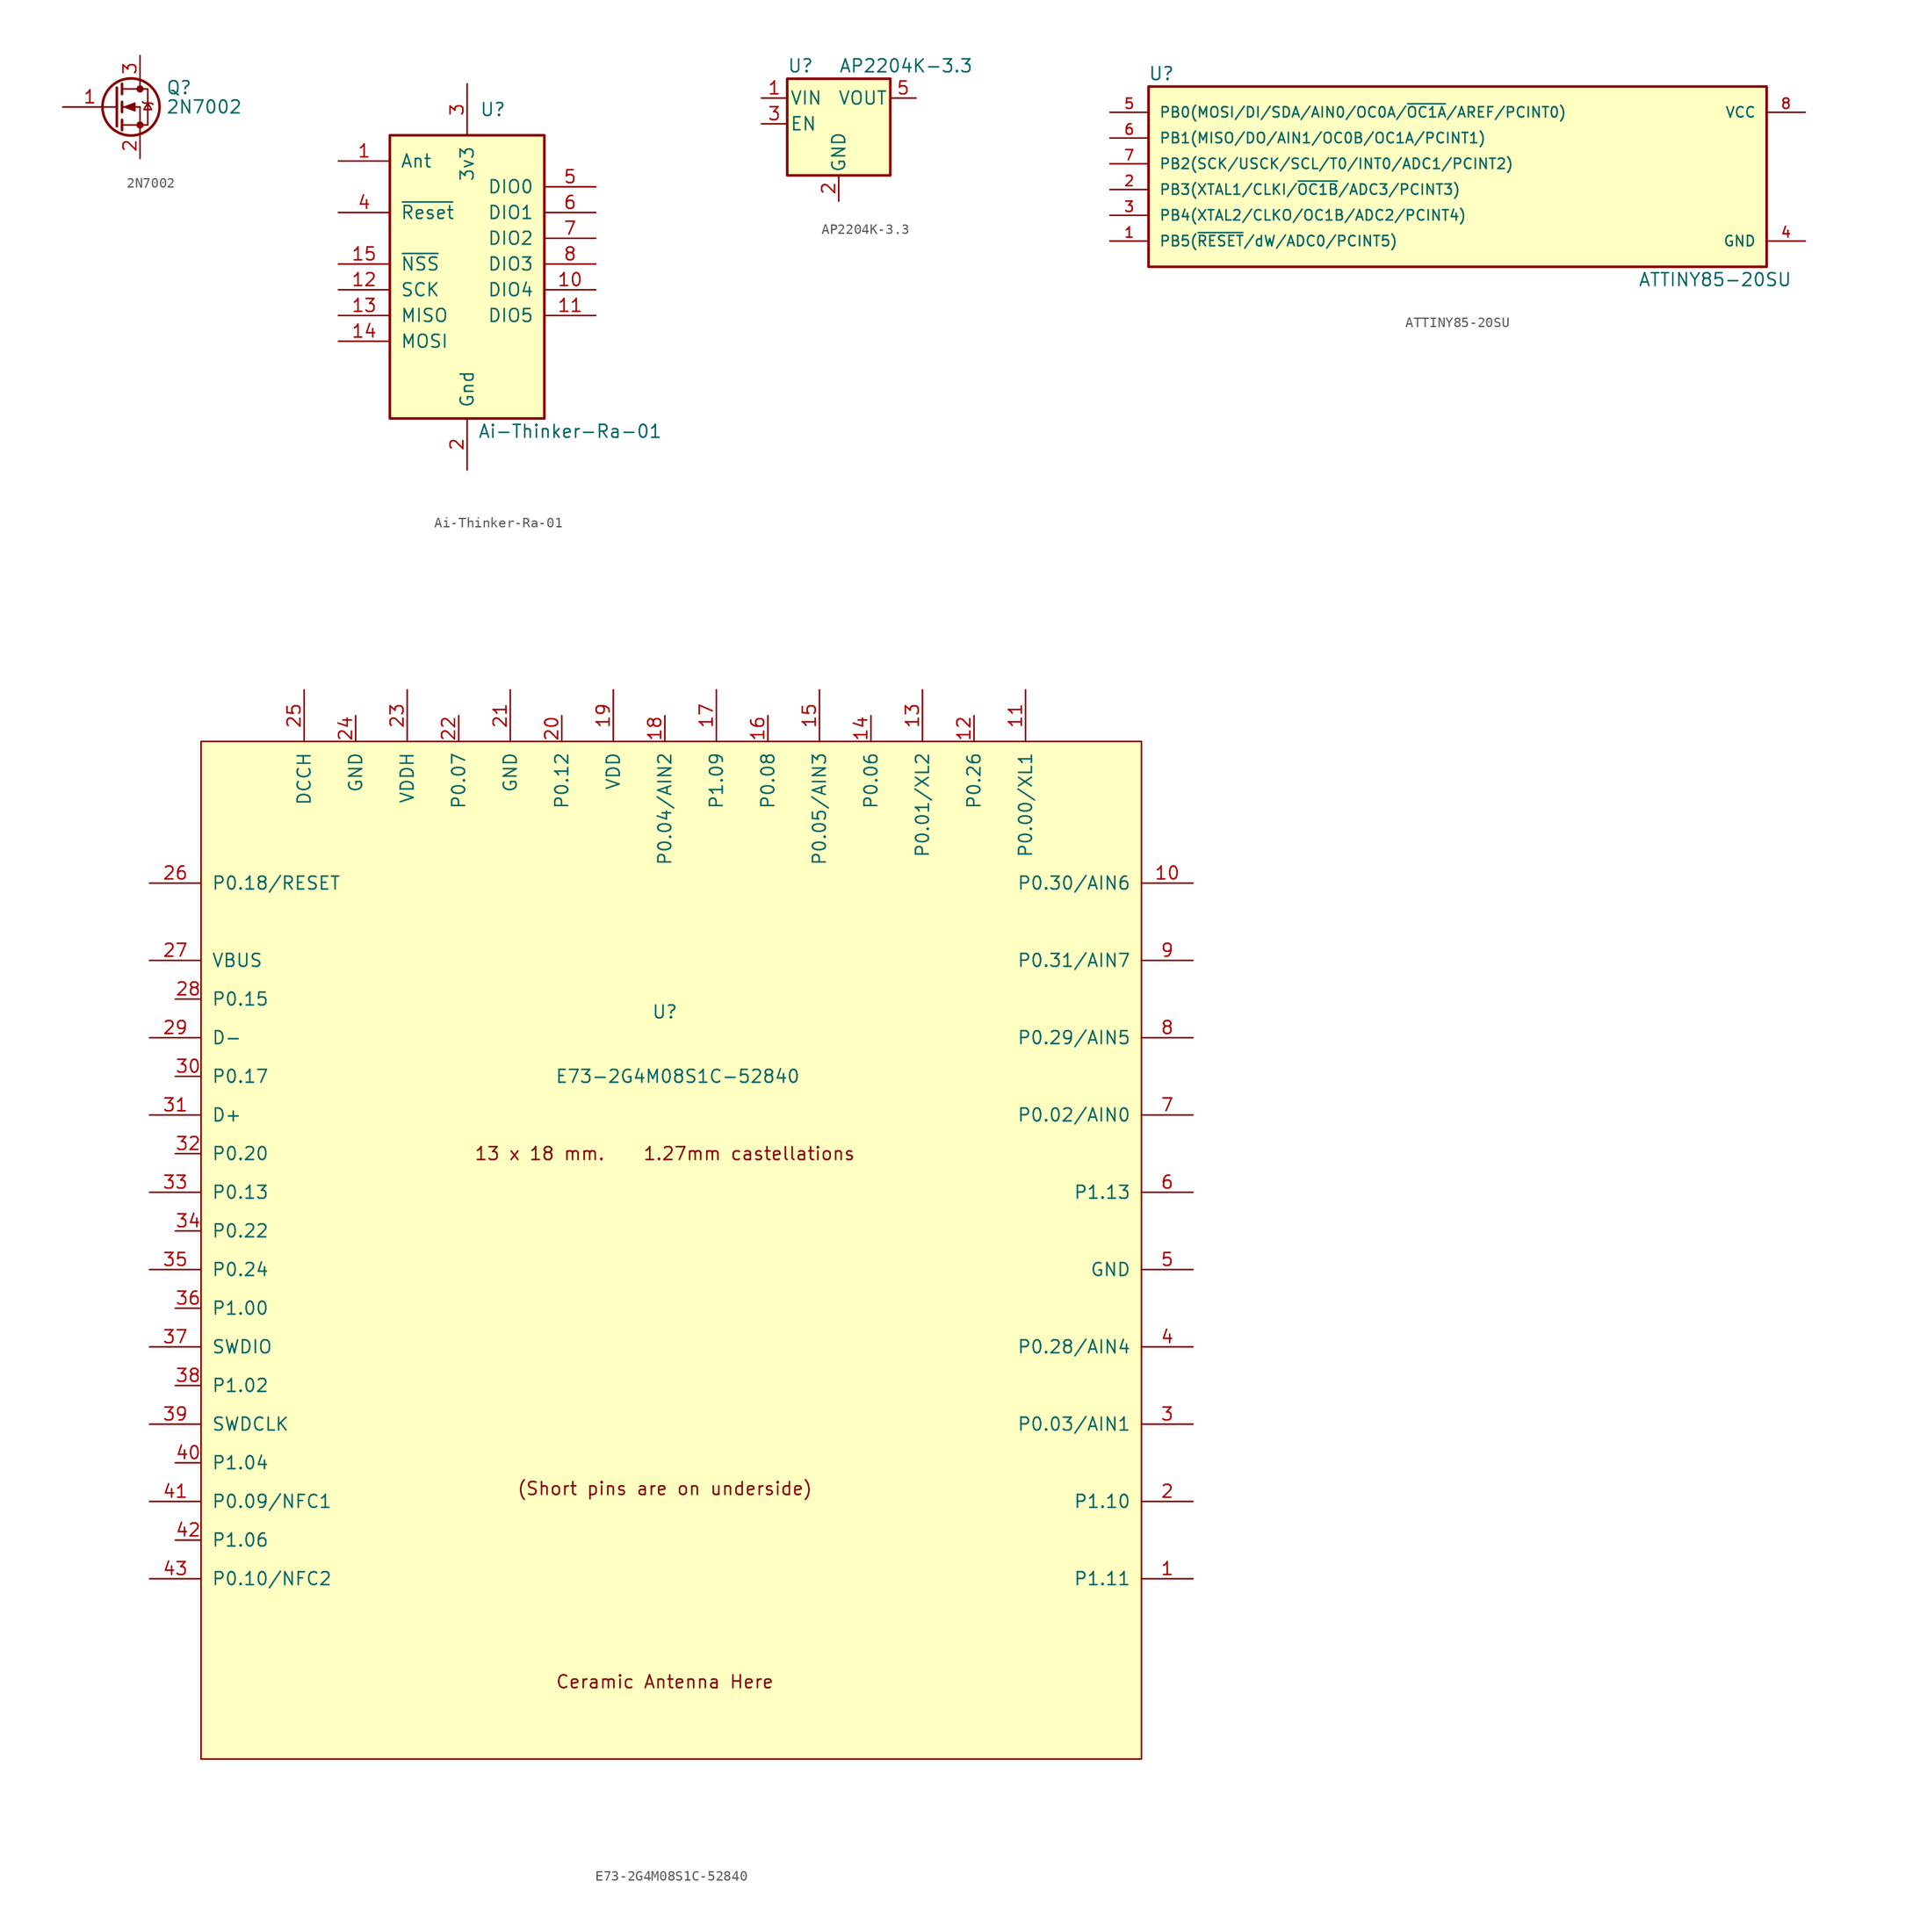
<source format=kicad_sym>
(kicad_symbol_lib
  (version 20211014)
  (generator kicad_symbol_editor)
  (symbol "2N7002"
    (pin_names
      (offset 0) hide)
    (property "Reference" "Q"
      (at 5.08 1.905 0)
      (effects (font (size 1.27 1.27)) (justify left)))
    (property "Value" "2N7002"
      (at 5.08 0 0)
      (effects (font (size 1.27 1.27)) (justify left)))
    (symbol "2N7002_0_1"
      (polyline (pts (xy 0.762 -1.778) (xy 2.54 -1.778)) (stroke (width 0) (type default) (color 0 0 0 0)) (fill (type none)))
      (polyline (pts (xy 0.762 -1.27) (xy 0.762 -2.286)) (stroke (width 0.254) (type default) (color 0 0 0 0)) (fill (type none)))
      (polyline (pts (xy 0.762 0) (xy 2.54 0)) (stroke (width 0) (type default) (color 0 0 0 0)) (fill (type none)))
      (polyline (pts (xy 0.762 0.508) (xy 0.762 -0.508)) (stroke (width 0.254) (type default) (color 0 0 0 0)) (fill (type none)))
      (polyline (pts (xy 0.762 1.778) (xy 2.54 1.778)) (stroke (width 0) (type default) (color 0 0 0 0)) (fill (type none)))
      (polyline (pts (xy 0.762 2.286) (xy 0.762 1.27)) (stroke (width 0.254) (type default) (color 0 0 0 0)) (fill (type none)))
      (polyline (pts (xy 2.54 -1.778) (xy 2.54 -2.54)) (stroke (width 0) (type default) (color 0 0 0 0)) (fill (type none)))
      (polyline (pts (xy 2.54 -1.778) (xy 2.54 0)) (stroke (width 0) (type default) (color 0 0 0 0)) (fill (type none)))
      (polyline (pts (xy 2.54 2.54) (xy 2.54 1.778)) (stroke (width 0) (type default) (color 0 0 0 0)) (fill (type none)))
      (polyline (pts (xy 0.254 1.905) (xy 0.254 -1.905) (xy 0.254 -1.905)) (stroke (width 0.254) (type default) (color 0 0 0 0)) (fill (type none)))
      (polyline (pts (xy 1.016 0) (xy 2.032 0.381) (xy 2.032 -0.381) (xy 1.016 0)) (stroke (width 0) (type default) (color 0 0 0 0)) (fill (type outline)))
      (polyline (pts (xy 2.54 -1.778) (xy 3.302 -1.778) (xy 3.302 1.778) (xy 2.54 1.778)) (stroke (width 0) (type default) (color 0 0 0 0)) (fill (type none)))
      (polyline (pts (xy 2.794 0.508) (xy 2.921 0.381) (xy 3.683 0.381) (xy 3.81 0.254)) (stroke (width 0) (type default) (color 0 0 0 0)) (fill (type none)))
      (polyline (pts (xy 3.302 0.381) (xy 2.921 -0.254) (xy 3.683 -0.254) (xy 3.302 0.381)) (stroke (width 0) (type default) (color 0 0 0 0)) (fill (type none)))
      (circle (center 1.651 0) (radius 2.819) (stroke (width 0.254) (type default) (color 0 0 0 0)) (fill (type none)))
      (circle (center 2.54 -1.778) (radius 0.279) (stroke (width 0) (type default) (color 0 0 0 0)) (fill (type outline)))
      (circle (center 2.54 1.778) (radius 0.279) (stroke (width 0) (type default) (color 0 0 0 0)) (fill (type outline))))
    (symbol "2N7002_1_1"
      (pin input line (at -5.08 0 0) (length 5.334) (name "G" (effects (font (size 1.27 1.27)))) (number "1" (effects (font (size 1.27 1.27)))))
      (pin passive line (at 2.54 -5.08 90) (length 2.54) (name "S" (effects (font (size 1.27 1.27)))) (number "2" (effects (font (size 1.27 1.27)))))
      (pin passive line (at 2.54 5.08 270) (length 2.54) (name "D" (effects (font (size 1.27 1.27)))) (number "3" (effects (font (size 1.27 1.27)))))))
  (symbol "Ai-Thinker-Ra-01"
    (pin_names
      (offset 1.016))
    (property "Reference" "U"
      (at 2.54 17.78 0)
      (effects (font (size 1.27 1.27))))
    (property "Value" "Ai-Thinker-Ra-01"
      (at 10.16 -13.97 0)
      (effects (font (size 1.27 1.27))))
    (symbol "Ai-Thinker-Ra-01_0_1"
      (rectangle (start -7.62 15.24) (end 7.62 -12.7) (stroke (width 0.254) (type default) (color 0 0 0 0)) (fill (type background))))
    (symbol "Ai-Thinker-Ra-01_1_1"
      (pin input line (at -12.7 12.7 0) (length 5.08) (name "Ant" (effects (font (size 1.27 1.27)))) (number "1" (effects (font (size 1.27 1.27)))))
      (pin bidirectional line (at 12.7 0 180) (length 5.08) (name "DIO4" (effects (font (size 1.27 1.27)))) (number "10" (effects (font (size 1.27 1.27)))))
      (pin bidirectional line (at 12.7 -2.54 180) (length 5.08) (name "DIO5" (effects (font (size 1.27 1.27)))) (number "11" (effects (font (size 1.27 1.27)))))
      (pin bidirectional line (at -12.7 0 0) (length 5.08) (name "SCK" (effects (font (size 1.27 1.27)))) (number "12" (effects (font (size 1.27 1.27)))))
      (pin output line (at -12.7 -2.54 0) (length 5.08) (name "MISO" (effects (font (size 1.27 1.27)))) (number "13" (effects (font (size 1.27 1.27)))))
      (pin input line (at -12.7 -5.08 0) (length 5.08) (name "MOSI" (effects (font (size 1.27 1.27)))) (number "14" (effects (font (size 1.27 1.27)))))
      (pin input line (at -12.7 2.54 0) (length 5.08) (name "~{NSS}" (effects (font (size 1.27 1.27)))) (number "15" (effects (font (size 1.27 1.27)))))
      (pin passive line (at 0 -17.78 90) (length 5.08) hide (name "Gnd" (effects (font (size 1.27 1.27)))) (number "16" (effects (font (size 1.27 1.27)))))
      (pin power_in line (at 0 -17.78 90) (length 5.08) (name "Gnd" (effects (font (size 1.27 1.27)))) (number "2" (effects (font (size 1.27 1.27)))))
      (pin power_in line (at 0 20.32 270) (length 5.08) (name "3v3" (effects (font (size 1.27 1.27)))) (number "3" (effects (font (size 1.27 1.27)))))
      (pin input line (at -12.7 7.62 0) (length 5.08) (name "~{Reset}" (effects (font (size 1.27 1.27)))) (number "4" (effects (font (size 1.27 1.27)))))
      (pin bidirectional line (at 12.7 10.16 180) (length 5.08) (name "DIO0" (effects (font (size 1.27 1.27)))) (number "5" (effects (font (size 1.27 1.27)))))
      (pin bidirectional line (at 12.7 7.62 180) (length 5.08) (name "DIO1" (effects (font (size 1.27 1.27)))) (number "6" (effects (font (size 1.27 1.27)))))
      (pin bidirectional line (at 12.7 5.08 180) (length 5.08) (name "DIO2" (effects (font (size 1.27 1.27)))) (number "7" (effects (font (size 1.27 1.27)))))
      (pin bidirectional line (at 12.7 2.54 180) (length 5.08) (name "DIO3" (effects (font (size 1.27 1.27)))) (number "8" (effects (font (size 1.27 1.27)))))
      (pin passive line (at 0 -17.78 90) (length 5.08) hide (name "Gnd" (effects (font (size 1.27 1.27)))) (number "9" (effects (font (size 1.27 1.27)))))))
  (symbol "AP2204K-3.3"
    (pin_names
      (offset 0.254))
    (property "Reference" "U"
      (at -5.08 5.715 0)
      (effects (font (size 1.27 1.27)) (justify left)))
    (property "Value" "AP2204K-3.3"
      (at 0 5.715 0)
      (effects (font (size 1.27 1.27)) (justify left)))
    (symbol "AP2204K-3.3_0_1"
      (rectangle (start -5.08 4.445) (end 5.08 -5.08) (stroke (width 0.254) (type default) (color 0 0 0 0)) (fill (type background))))
    (symbol "AP2204K-3.3_1_1"
      (pin power_in line (at -7.62 2.54 0) (length 2.54) (name "VIN" (effects (font (size 1.27 1.27)))) (number "1" (effects (font (size 1.27 1.27)))))
      (pin power_in line (at 0 -7.62 90) (length 2.54) (name "GND" (effects (font (size 1.27 1.27)))) (number "2" (effects (font (size 1.27 1.27)))))
      (pin input line (at -7.62 0 0) (length 2.54) (name "EN" (effects (font (size 1.27 1.27)))) (number "3" (effects (font (size 1.27 1.27)))))
      (pin no_connect line (at 7.62 0 180) (length 2.54) hide (name "NC" (effects (font (size 1.27 1.27)))) (number "4" (effects (font (size 1.27 1.27)))))
      (pin power_out line (at 7.62 2.54 180) (length 2.54) (name "VOUT" (effects (font (size 1.27 1.27)))) (number "5" (effects (font (size 1.27 1.27)))))))
  (symbol "ATTINY85-20SU"
    (pin_names
      (offset 1.016))
    (property "Reference" "U"
      (at -29.21 10.16 0)
      (effects (font (size 1.27 1.27))))
    (property "Value" "ATTINY85-20SU"
      (at 25.4 -10.16 0)
      (effects (font (size 1.27 1.27))))
    (symbol "ATTINY85-20SU_0_1"
      (rectangle (start -30.48 8.89) (end 30.48 -8.89) (stroke (width 0.254) (type default) (color 0 0 0 0)) (fill (type background))))
    (symbol "ATTINY85-20SU_1_1"
      (pin bidirectional line (at -34.29 -6.35 0) (length 3.81) (name "PB5(~{RESET}/dW/ADC0/PCINT5)" (effects (font (size 1.016 1.016)))) (number "1" (effects (font (size 1.016 1.016)))))
      (pin bidirectional line (at -34.29 -1.27 0) (length 3.81) (name "PB3(XTAL1/CLKI/~{OC1B}/ADC3/PCINT3)" (effects (font (size 1.016 1.016)))) (number "2" (effects (font (size 1.016 1.016)))))
      (pin bidirectional line (at -34.29 -3.81 0) (length 3.81) (name "PB4(XTAL2/CLKO/OC1B/ADC2/PCINT4)" (effects (font (size 1.016 1.016)))) (number "3" (effects (font (size 1.016 1.016)))))
      (pin power_in line (at 34.29 -6.35 180) (length 3.81) (name "GND" (effects (font (size 1.016 1.016)))) (number "4" (effects (font (size 1.016 1.016)))))
      (pin bidirectional line (at -34.29 6.35 0) (length 3.81) (name "PB0(MOSI/DI/SDA/AIN0/OC0A/~{OC1A}/AREF/PCINT0)" (effects (font (size 1.016 1.016)))) (number "5" (effects (font (size 1.016 1.016)))))
      (pin bidirectional line (at -34.29 3.81 0) (length 3.81) (name "PB1(MISO/DO/AIN1/OC0B/OC1A/PCINT1)" (effects (font (size 1.016 1.016)))) (number "6" (effects (font (size 1.016 1.016)))))
      (pin bidirectional line (at -34.29 1.27 0) (length 3.81) (name "PB2(SCK/USCK/SCL/T0/INT0/ADC1/PCINT2)" (effects (font (size 1.016 1.016)))) (number "7" (effects (font (size 1.016 1.016)))))
      (pin power_in line (at 34.29 6.35 180) (length 3.81) (name "VCC" (effects (font (size 1.016 1.016)))) (number "8" (effects (font (size 1.016 1.016)))))))
  (symbol "E73-2G4M08S1C-52840"
    (pin_names
      (offset 1.016))
    (property "Reference" "U"
      (at 0 46.99 0)
      (effects (font (size 1.27 1.27))))
    (property "Value" "E73-2G4M08S1C-52840"
      (at 1.27 40.64 0)
      (effects (font (size 1.27 1.27))))
    (symbol "E73-2G4M08S1C-52840_0_0"
      (text "(Short pins are on underside)" (at 0 0 0) (effects (font (size 1.27 1.27))))
      (text "13 x 18 mm.    1.27mm castellations" (at 0 33.02 0) (effects (font (size 1.27 1.27))))
      (text "Ceramic Antenna Here" (at 0 -19.05 0) (effects (font (size 1.27 1.27)))))
    (symbol "E73-2G4M08S1C-52840_0_1"
      (rectangle (start -45.72 73.66) (end 46.99 -26.67) (stroke (width 0) (type default) (color 0 0 0 0)) (fill (type background)))
      (rectangle (start 20.32 73.66) (end 20.32 73.66) (stroke (width 0) (type default) (color 0 0 0 0)) (fill (type none))))
    (symbol "E73-2G4M08S1C-52840_1_1"
      (pin bidirectional line (at 52.07 -8.89 180) (length 5.08) (name "P1.11" (effects (font (size 1.27 1.27)))) (number "1" (effects (font (size 1.27 1.27)))))
      (pin bidirectional line (at 52.07 59.69 180) (length 5.08) (name "P0.30/AIN6" (effects (font (size 1.27 1.27)))) (number "10" (effects (font (size 1.27 1.27)))))
      (pin bidirectional line (at 35.56 78.74 270) (length 5.08) (name "P0.00/XL1" (effects (font (size 1.27 1.27)))) (number "11" (effects (font (size 1.27 1.27)))))
      (pin bidirectional line (at 30.48 76.2 270) (length 2.54) (name "P0.26" (effects (font (size 1.27 1.27)))) (number "12" (effects (font (size 1.27 1.27)))))
      (pin bidirectional line (at 25.4 78.74 270) (length 5.08) (name "P0.01/XL2" (effects (font (size 1.27 1.27)))) (number "13" (effects (font (size 1.27 1.27)))))
      (pin bidirectional line (at 20.32 76.2 270) (length 2.54) (name "P0.06" (effects (font (size 1.27 1.27)))) (number "14" (effects (font (size 1.27 1.27)))))
      (pin bidirectional line (at 15.24 78.74 270) (length 5.08) (name "P0.05/AIN3" (effects (font (size 1.27 1.27)))) (number "15" (effects (font (size 1.27 1.27)))))
      (pin bidirectional line (at 10.16 76.2 270) (length 2.54) (name "P0.08" (effects (font (size 1.27 1.27)))) (number "16" (effects (font (size 1.27 1.27)))))
      (pin bidirectional line (at 5.08 78.74 270) (length 5.08) (name "P1.09" (effects (font (size 1.27 1.27)))) (number "17" (effects (font (size 1.27 1.27)))))
      (pin bidirectional line (at 0 76.2 270) (length 2.54) (name "P0.04/AIN2" (effects (font (size 1.27 1.27)))) (number "18" (effects (font (size 1.27 1.27)))))
      (pin power_in line (at -5.08 78.74 270) (length 5.08) (name "VDD" (effects (font (size 1.27 1.27)))) (number "19" (effects (font (size 1.27 1.27)))))
      (pin bidirectional line (at 52.07 -1.27 180) (length 5.08) (name "P1.10" (effects (font (size 1.27 1.27)))) (number "2" (effects (font (size 1.27 1.27)))))
      (pin bidirectional line (at -10.16 76.2 270) (length 2.54) (name "P0.12" (effects (font (size 1.27 1.27)))) (number "20" (effects (font (size 1.27 1.27)))))
      (pin power_in line (at -15.24 78.74 270) (length 5.08) (name "GND" (effects (font (size 1.27 1.27)))) (number "21" (effects (font (size 1.27 1.27)))))
      (pin bidirectional line (at -20.32 76.2 270) (length 2.54) (name "P0.07" (effects (font (size 1.27 1.27)))) (number "22" (effects (font (size 1.27 1.27)))))
      (pin bidirectional line (at -25.4 78.74 270) (length 5.08) (name "VDDH" (effects (font (size 1.27 1.27)))) (number "23" (effects (font (size 1.27 1.27)))))
      (pin power_in line (at -30.48 76.2 270) (length 2.54) (name "GND" (effects (font (size 1.27 1.27)))) (number "24" (effects (font (size 1.27 1.27)))))
      (pin bidirectional line (at -35.56 78.74 270) (length 5.08) (name "DCCH" (effects (font (size 1.27 1.27)))) (number "25" (effects (font (size 1.27 1.27)))))
      (pin bidirectional line (at -50.8 59.69 0) (length 5.08) (name "P0.18/RESET" (effects (font (size 1.27 1.27)))) (number "26" (effects (font (size 1.27 1.27)))))
      (pin power_in line (at -50.8 52.07 0) (length 5.08) (name "VBUS" (effects (font (size 1.27 1.27)))) (number "27" (effects (font (size 1.27 1.27)))))
      (pin bidirectional line (at -48.26 48.26 0) (length 2.54) (name "P0.15" (effects (font (size 1.27 1.27)))) (number "28" (effects (font (size 1.27 1.27)))))
      (pin bidirectional line (at -50.8 44.45 0) (length 5.08) (name "D-" (effects (font (size 1.27 1.27)))) (number "29" (effects (font (size 1.27 1.27)))))
      (pin bidirectional line (at 52.07 6.35 180) (length 5.08) (name "P0.03/AIN1" (effects (font (size 1.27 1.27)))) (number "3" (effects (font (size 1.27 1.27)))))
      (pin bidirectional line (at -48.26 40.64 0) (length 2.54) (name "P0.17" (effects (font (size 1.27 1.27)))) (number "30" (effects (font (size 1.27 1.27)))))
      (pin bidirectional line (at -50.8 36.83 0) (length 5.08) (name "D+" (effects (font (size 1.27 1.27)))) (number "31" (effects (font (size 1.27 1.27)))))
      (pin bidirectional line (at -48.26 33.02 0) (length 2.54) (name "P0.20" (effects (font (size 1.27 1.27)))) (number "32" (effects (font (size 1.27 1.27)))))
      (pin bidirectional line (at -50.8 29.21 0) (length 5.08) (name "P0.13" (effects (font (size 1.27 1.27)))) (number "33" (effects (font (size 1.27 1.27)))))
      (pin bidirectional line (at -48.26 25.4 0) (length 2.54) (name "P0.22" (effects (font (size 1.27 1.27)))) (number "34" (effects (font (size 1.27 1.27)))))
      (pin bidirectional line (at -50.8 21.59 0) (length 5.08) (name "P0.24" (effects (font (size 1.27 1.27)))) (number "35" (effects (font (size 1.27 1.27)))))
      (pin bidirectional line (at -48.26 17.78 0) (length 2.54) (name "P1.00" (effects (font (size 1.27 1.27)))) (number "36" (effects (font (size 1.27 1.27)))))
      (pin bidirectional line (at -50.8 13.97 0) (length 5.08) (name "SWDIO" (effects (font (size 1.27 1.27)))) (number "37" (effects (font (size 1.27 1.27)))))
      (pin bidirectional line (at -48.26 10.16 0) (length 2.54) (name "P1.02" (effects (font (size 1.27 1.27)))) (number "38" (effects (font (size 1.27 1.27)))))
      (pin bidirectional line (at -50.8 6.35 0) (length 5.08) (name "SWDCLK" (effects (font (size 1.27 1.27)))) (number "39" (effects (font (size 1.27 1.27)))))
      (pin bidirectional line (at 52.07 13.97 180) (length 5.08) (name "P0.28/AIN4" (effects (font (size 1.27 1.27)))) (number "4" (effects (font (size 1.27 1.27)))))
      (pin bidirectional line (at -48.26 2.54 0) (length 2.54) (name "P1.04" (effects (font (size 1.27 1.27)))) (number "40" (effects (font (size 1.27 1.27)))))
      (pin bidirectional line (at -50.8 -1.27 0) (length 5.08) (name "P0.09/NFC1" (effects (font (size 1.27 1.27)))) (number "41" (effects (font (size 1.27 1.27)))))
      (pin bidirectional line (at -48.26 -5.08 0) (length 2.54) (name "P1.06" (effects (font (size 1.27 1.27)))) (number "42" (effects (font (size 1.27 1.27)))))
      (pin bidirectional line (at -50.8 -8.89 0) (length 5.08) (name "P0.10/NFC2" (effects (font (size 1.27 1.27)))) (number "43" (effects (font (size 1.27 1.27)))))
      (pin power_in line (at 52.07 21.59 180) (length 5.08) (name "GND" (effects (font (size 1.27 1.27)))) (number "5" (effects (font (size 1.27 1.27)))))
      (pin bidirectional line (at 52.07 29.21 180) (length 5.08) (name "P1.13" (effects (font (size 1.27 1.27)))) (number "6" (effects (font (size 1.27 1.27)))))
      (pin bidirectional line (at 52.07 36.83 180) (length 5.08) (name "P0.02/AIN0" (effects (font (size 1.27 1.27)))) (number "7" (effects (font (size 1.27 1.27)))))
      (pin bidirectional line (at 52.07 44.45 180) (length 5.08) (name "P0.29/AIN5" (effects (font (size 1.27 1.27)))) (number "8" (effects (font (size 1.27 1.27)))))
      (pin bidirectional line (at 52.07 52.07 180) (length 5.08) (name "P0.31/AIN7" (effects (font (size 1.27 1.27)))) (number "9" (effects (font (size 1.27 1.27))))))))
</source>
